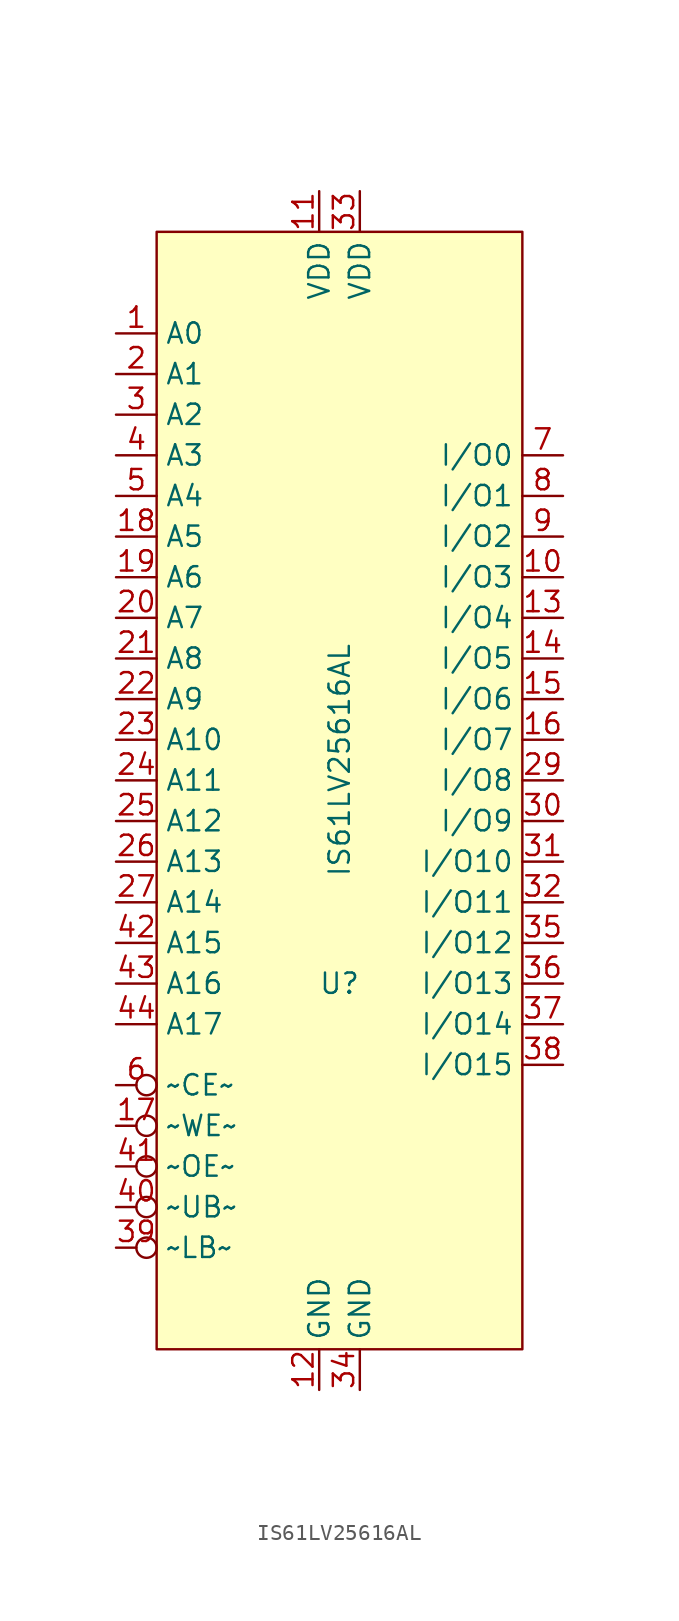
<source format=kicad_sym>
(kicad_symbol_lib
  (version 20211014)
  (generator kicad_symbol_editor)
  (symbol "IS61LV25616AL"
    (property "Reference" "U"
      (at 0 -15.24 0)
      (effects (font (size 1.27 1.27))))
    (property "Value" "IS61LV25616AL"
      (at 0 -1.27 90)
      (effects (font (size 1.27 1.27))))
    (symbol "IS61LV25616AL_0_1"
      (rectangle (start -11.43 31.75) (end 11.43 -38.1) (stroke (width 0) (type default) (color 0 0 0 0)) (fill (type background))))
    (symbol "IS61LV25616AL_1_1"
      (pin input line (at -13.97 25.4 0) (length 2.54) (name "A0" (effects (font (size 1.27 1.27)))) (number "1" (effects (font (size 1.27 1.27)))))
      (pin bidirectional line (at 13.97 10.16 180) (length 2.54) (name "I/O3" (effects (font (size 1.27 1.27)))) (number "10" (effects (font (size 1.27 1.27)))))
      (pin input line (at -1.27 34.29 270) (length 2.54) (name "VDD" (effects (font (size 1.27 1.27)))) (number "11" (effects (font (size 1.27 1.27)))))
      (pin input line (at -1.27 -40.64 90) (length 2.54) (name "GND" (effects (font (size 1.27 1.27)))) (number "12" (effects (font (size 1.27 1.27)))))
      (pin bidirectional line (at 13.97 7.62 180) (length 2.54) (name "I/O4" (effects (font (size 1.27 1.27)))) (number "13" (effects (font (size 1.27 1.27)))))
      (pin bidirectional line (at 13.97 5.08 180) (length 2.54) (name "I/O5" (effects (font (size 1.27 1.27)))) (number "14" (effects (font (size 1.27 1.27)))))
      (pin bidirectional line (at 13.97 2.54 180) (length 2.54) (name "I/O6" (effects (font (size 1.27 1.27)))) (number "15" (effects (font (size 1.27 1.27)))))
      (pin bidirectional line (at 13.97 0 180) (length 2.54) (name "I/O7" (effects (font (size 1.27 1.27)))) (number "16" (effects (font (size 1.27 1.27)))))
      (pin input inverted (at -13.97 -24.13 0) (length 2.54) (name "~WE~" (effects (font (size 1.27 1.27)))) (number "17" (effects (font (size 1.27 1.27)))))
      (pin input line (at -13.97 12.7 0) (length 2.54) (name "A5" (effects (font (size 1.27 1.27)))) (number "18" (effects (font (size 1.27 1.27)))))
      (pin input line (at -13.97 10.16 0) (length 2.54) (name "A6" (effects (font (size 1.27 1.27)))) (number "19" (effects (font (size 1.27 1.27)))))
      (pin input line (at -13.97 22.86 0) (length 2.54) (name "A1" (effects (font (size 1.27 1.27)))) (number "2" (effects (font (size 1.27 1.27)))))
      (pin input line (at -13.97 7.62 0) (length 2.54) (name "A7" (effects (font (size 1.27 1.27)))) (number "20" (effects (font (size 1.27 1.27)))))
      (pin input line (at -13.97 5.08 0) (length 2.54) (name "A8" (effects (font (size 1.27 1.27)))) (number "21" (effects (font (size 1.27 1.27)))))
      (pin input line (at -13.97 2.54 0) (length 2.54) (name "A9" (effects (font (size 1.27 1.27)))) (number "22" (effects (font (size 1.27 1.27)))))
      (pin input line (at -13.97 0 0) (length 2.54) (name "A10" (effects (font (size 1.27 1.27)))) (number "23" (effects (font (size 1.27 1.27)))))
      (pin input line (at -13.97 -2.54 0) (length 2.54) (name "A11" (effects (font (size 1.27 1.27)))) (number "24" (effects (font (size 1.27 1.27)))))
      (pin input line (at -13.97 -5.08 0) (length 2.54) (name "A12" (effects (font (size 1.27 1.27)))) (number "25" (effects (font (size 1.27 1.27)))))
      (pin input line (at -13.97 -7.62 0) (length 2.54) (name "A13" (effects (font (size 1.27 1.27)))) (number "26" (effects (font (size 1.27 1.27)))))
      (pin input line (at -13.97 -10.16 0) (length 2.54) (name "A14" (effects (font (size 1.27 1.27)))) (number "27" (effects (font (size 1.27 1.27)))))
      (pin bidirectional line (at 13.97 -2.54 180) (length 2.54) (name "I/O8" (effects (font (size 1.27 1.27)))) (number "29" (effects (font (size 1.27 1.27)))))
      (pin input line (at -13.97 20.32 0) (length 2.54) (name "A2" (effects (font (size 1.27 1.27)))) (number "3" (effects (font (size 1.27 1.27)))))
      (pin bidirectional line (at 13.97 -5.08 180) (length 2.54) (name "I/O9" (effects (font (size 1.27 1.27)))) (number "30" (effects (font (size 1.27 1.27)))))
      (pin bidirectional line (at 13.97 -7.62 180) (length 2.54) (name "I/O10" (effects (font (size 1.27 1.27)))) (number "31" (effects (font (size 1.27 1.27)))))
      (pin bidirectional line (at 13.97 -10.16 180) (length 2.54) (name "I/O11" (effects (font (size 1.27 1.27)))) (number "32" (effects (font (size 1.27 1.27)))))
      (pin input line (at 1.27 34.29 270) (length 2.54) (name "VDD" (effects (font (size 1.27 1.27)))) (number "33" (effects (font (size 1.27 1.27)))))
      (pin input line (at 1.27 -40.64 90) (length 2.54) (name "GND" (effects (font (size 1.27 1.27)))) (number "34" (effects (font (size 1.27 1.27)))))
      (pin bidirectional line (at 13.97 -12.7 180) (length 2.54) (name "I/O12" (effects (font (size 1.27 1.27)))) (number "35" (effects (font (size 1.27 1.27)))))
      (pin bidirectional line (at 13.97 -15.24 180) (length 2.54) (name "I/O13" (effects (font (size 1.27 1.27)))) (number "36" (effects (font (size 1.27 1.27)))))
      (pin bidirectional line (at 13.97 -17.78 180) (length 2.54) (name "I/O14" (effects (font (size 1.27 1.27)))) (number "37" (effects (font (size 1.27 1.27)))))
      (pin bidirectional line (at 13.97 -20.32 180) (length 2.54) (name "I/O15" (effects (font (size 1.27 1.27)))) (number "38" (effects (font (size 1.27 1.27)))))
      (pin input inverted (at -13.97 -31.75 0) (length 2.54) (name "~LB~" (effects (font (size 1.27 1.27)))) (number "39" (effects (font (size 1.27 1.27)))))
      (pin input line (at -13.97 17.78 0) (length 2.54) (name "A3" (effects (font (size 1.27 1.27)))) (number "4" (effects (font (size 1.27 1.27)))))
      (pin input inverted (at -13.97 -29.21 0) (length 2.54) (name "~UB~" (effects (font (size 1.27 1.27)))) (number "40" (effects (font (size 1.27 1.27)))))
      (pin input inverted (at -13.97 -26.67 0) (length 2.54) (name "~OE~" (effects (font (size 1.27 1.27)))) (number "41" (effects (font (size 1.27 1.27)))))
      (pin input line (at -13.97 -12.7 0) (length 2.54) (name "A15" (effects (font (size 1.27 1.27)))) (number "42" (effects (font (size 1.27 1.27)))))
      (pin input line (at -13.97 -15.24 0) (length 2.54) (name "A16" (effects (font (size 1.27 1.27)))) (number "43" (effects (font (size 1.27 1.27)))))
      (pin input line (at -13.97 -17.78 0) (length 2.54) (name "A17" (effects (font (size 1.27 1.27)))) (number "44" (effects (font (size 1.27 1.27)))))
      (pin input line (at -13.97 15.24 0) (length 2.54) (name "A4" (effects (font (size 1.27 1.27)))) (number "5" (effects (font (size 1.27 1.27)))))
      (pin input inverted (at -13.97 -21.59 0) (length 2.54) (name "~CE~" (effects (font (size 1.27 1.27)))) (number "6" (effects (font (size 1.27 1.27)))))
      (pin bidirectional line (at 13.97 17.78 180) (length 2.54) (name "I/O0" (effects (font (size 1.27 1.27)))) (number "7" (effects (font (size 1.27 1.27)))))
      (pin bidirectional line (at 13.97 15.24 180) (length 2.54) (name "I/O1" (effects (font (size 1.27 1.27)))) (number "8" (effects (font (size 1.27 1.27)))))
      (pin bidirectional line (at 13.97 12.7 180) (length 2.54) (name "I/O2" (effects (font (size 1.27 1.27)))) (number "9" (effects (font (size 1.27 1.27))))))))
</source>
